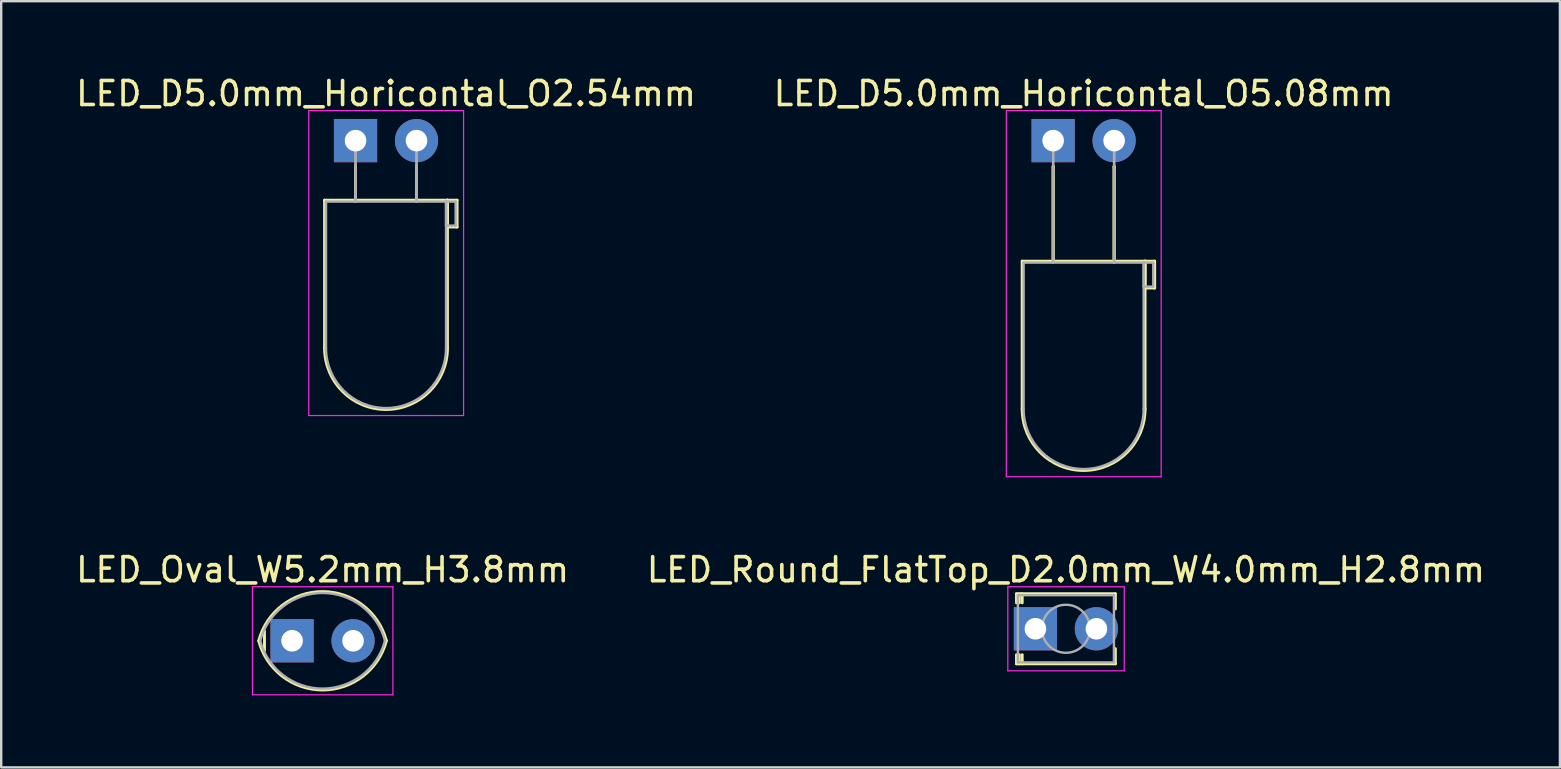
<source format=kicad_pcb>
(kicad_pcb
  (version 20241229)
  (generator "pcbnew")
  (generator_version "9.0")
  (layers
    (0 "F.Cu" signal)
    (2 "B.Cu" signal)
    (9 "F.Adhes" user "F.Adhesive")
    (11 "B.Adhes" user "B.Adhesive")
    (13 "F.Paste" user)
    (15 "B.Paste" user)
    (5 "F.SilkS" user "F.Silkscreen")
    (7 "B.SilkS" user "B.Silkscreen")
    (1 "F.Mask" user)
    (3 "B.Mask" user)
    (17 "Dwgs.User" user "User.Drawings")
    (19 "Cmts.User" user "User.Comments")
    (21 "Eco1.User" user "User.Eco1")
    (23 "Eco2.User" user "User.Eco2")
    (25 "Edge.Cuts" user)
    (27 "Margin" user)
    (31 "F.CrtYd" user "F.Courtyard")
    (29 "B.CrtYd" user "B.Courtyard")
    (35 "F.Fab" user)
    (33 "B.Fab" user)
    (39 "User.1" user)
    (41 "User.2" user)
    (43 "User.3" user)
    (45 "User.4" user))
  (footprint "LED_D5.0mm_Horicontal_O5.08mm"
    (layer "F.Cu")
    (at 40.819 2.808)
    (property "Reference" "LED_D5.0mm_Horicontal_O5.08mm" (at 1.27 -1.96 0) (layer "F.SilkS") (effects (font (size 1 1) (thickness 0.15))))
    (attr through_hole)
    (fp_line (start -1.29 5.02) (end -1.29 11.18) (stroke (width 0.12) (type solid)) (layer "F.SilkS"))
    (fp_line (start -1.29 5.02) (end 3.83 5.02) (stroke (width 0.12) (type solid)) (layer "F.SilkS"))
    (fp_line (start 0 1.08) (end 0 1.08) (stroke (width 0.12) (type solid)) (layer "F.SilkS"))
    (fp_line (start 0 1.08) (end 0 5.02) (stroke (width 0.12) (type solid)) (layer "F.SilkS"))
    (fp_line (start 0 5.02) (end 0 1.08) (stroke (width 0.12) (type solid)) (layer "F.SilkS"))
    (fp_line (start 0 5.02) (end 0 5.02) (stroke (width 0.12) (type solid)) (layer "F.SilkS"))
    (fp_line (start 2.54 1.08) (end 2.54 1.08) (stroke (width 0.12) (type solid)) (layer "F.SilkS"))
    (fp_line (start 2.54 1.08) (end 2.54 5.02) (stroke (width 0.12) (type solid)) (layer "F.SilkS"))
    (fp_line (start 2.54 5.02) (end 2.54 1.08) (stroke (width 0.12) (type solid)) (layer "F.SilkS"))
    (fp_line (start 2.54 5.02) (end 2.54 5.02) (stroke (width 0.12) (type solid)) (layer "F.SilkS"))
    (fp_line (start 3.83 5.02) (end 3.83 11.18) (stroke (width 0.12) (type solid)) (layer "F.SilkS"))
    (fp_line (start 3.83 5.02) (end 4.23 5.02) (stroke (width 0.12) (type solid)) (layer "F.SilkS"))
    (fp_line (start 3.83 6.14) (end 3.83 5.02) (stroke (width 0.12) (type solid)) (layer "F.SilkS"))
    (fp_line (start 4.23 5.02) (end 4.23 6.14) (stroke (width 0.12) (type solid)) (layer "F.SilkS"))
    (fp_line (start 4.23 6.14) (end 3.83 6.14) (stroke (width 0.12) (type solid)) (layer "F.SilkS"))
    (fp_arc (start 3.83 11.18) (mid 1.27 13.74) (end -1.29 11.18) (stroke (width 0.12) (type solid)) (layer "F.SilkS"))
    (fp_line (start -1.95 -1.25) (end -1.95 14) (stroke (width 0.05) (type solid)) (layer "F.CrtYd"))
    (fp_line (start -1.95 14) (end 4.5 14) (stroke (width 0.05) (type solid)) (layer "F.CrtYd"))
    (fp_line (start 4.5 -1.25) (end -1.95 -1.25) (stroke (width 0.05) (type solid)) (layer "F.CrtYd"))
    (fp_line (start 4.5 14) (end 4.5 -1.25) (stroke (width 0.05) (type solid)) (layer "F.CrtYd"))
    (fp_line (start -1.23 5.08) (end -1.23 11.18) (stroke (width 0.1) (type solid)) (layer "F.Fab"))
    (fp_line (start -1.23 5.08) (end 3.77 5.08) (stroke (width 0.1) (type solid)) (layer "F.Fab"))
    (fp_line (start 0 0) (end 0 0) (stroke (width 0.1) (type solid)) (layer "F.Fab"))
    (fp_line (start 0 0) (end 0 5.08) (stroke (width 0.1) (type solid)) (layer "F.Fab"))
    (fp_line (start 0 5.08) (end 0 0) (stroke (width 0.1) (type solid)) (layer "F.Fab"))
    (fp_line (start 0 5.08) (end 0 5.08) (stroke (width 0.1) (type solid)) (layer "F.Fab"))
    (fp_line (start 2.54 0) (end 2.54 0) (stroke (width 0.1) (type solid)) (layer "F.Fab"))
    (fp_line (start 2.54 0) (end 2.54 5.08) (stroke (width 0.1) (type solid)) (layer "F.Fab"))
    (fp_line (start 2.54 5.08) (end 2.54 0) (stroke (width 0.1) (type solid)) (layer "F.Fab"))
    (fp_line (start 2.54 5.08) (end 2.54 5.08) (stroke (width 0.1) (type solid)) (layer "F.Fab"))
    (fp_line (start 3.77 5.08) (end 3.77 11.18) (stroke (width 0.1) (type solid)) (layer "F.Fab"))
    (fp_line (start 3.77 5.08) (end 4.17 5.08) (stroke (width 0.1) (type solid)) (layer "F.Fab"))
    (fp_line (start 3.77 6.08) (end 3.77 5.08) (stroke (width 0.1) (type solid)) (layer "F.Fab"))
    (fp_line (start 4.17 5.08) (end 4.17 6.08) (stroke (width 0.1) (type solid)) (layer "F.Fab"))
    (fp_line (start 4.17 6.08) (end 3.77 6.08) (stroke (width 0.1) (type solid)) (layer "F.Fab"))
    (fp_arc (start 3.77 11.18) (mid 1.27 13.68) (end -1.23 11.18) (stroke (width 0.1) (type solid)) (layer "F.Fab"))
    (pad "1" thru_hole rect (at 0 0) (size 1.8 1.8) (drill 0.9) (layers "*.Cu" "*.Mask"))
    (pad "2" thru_hole circle (at 2.54 0) (size 1.8 1.8) (drill 0.9) (layers "*.Cu" "*.Mask")))
  (footprint "LED_Oval_W5.2mm_H3.8mm"
    (layer "F.Cu")
    (at 9.117 23.642)
    (property "Reference" "LED_Oval_W5.2mm_H3.8mm" (at 1.27 -2.96 0) (layer "F.SilkS") (effects (font (size 1 1) (thickness 0.15))))
    (attr through_hole)
    (fp_line (start -1.15 -0.405) (end -1.15 0.405) (stroke (width 0.12) (type solid)) (layer "F.SilkS"))
    (fp_arc (start -1.39 0) (mid 1.269691 -2.050564) (end 3.929843 -0.000598) (stroke (width 0.12) (type solid)) (layer "F.SilkS"))
    (fp_arc (start 3.929843 0.000598) (mid 1.269691 2.050564) (end -1.39 0) (stroke (width 0.12) (type solid)) (layer "F.SilkS"))
    (fp_line (start -1.65 -2.25) (end -1.65 2.25) (stroke (width 0.05) (type solid)) (layer "F.CrtYd"))
    (fp_line (start -1.65 2.25) (end 4.2 2.25) (stroke (width 0.05) (type solid)) (layer "F.CrtYd"))
    (fp_line (start 4.2 -2.25) (end -1.65 -2.25) (stroke (width 0.05) (type solid)) (layer "F.CrtYd"))
    (fp_line (start 4.2 2.25) (end 4.2 -2.25) (stroke (width 0.05) (type solid)) (layer "F.CrtYd"))
    (fp_arc (start -1.33 0) (mid 1.270869 -1.992582) (end 3.870451 0.001678) (stroke (width 0.1) (type solid)) (layer "F.Fab"))
    (fp_arc (start 3.870451 -0.001678) (mid 1.270869 1.992582) (end -1.33 0) (stroke (width 0.1) (type solid)) (layer "F.Fab"))
    (pad "1" thru_hole rect (at 0 0) (size 1.8 1.8) (drill 0.9) (layers "*.Cu" "*.Mask"))
    (pad "2" thru_hole circle (at 2.54 0) (size 1.8 1.8) (drill 0.9) (layers "*.Cu" "*.Mask")))
  (footprint "LED_Round_FlatTop_D2.0mm_W4.0mm_H2.8mm"
    (layer "F.Cu")
    (at 40.081 23.142)
    (property "Reference" "LED_Round_FlatTop_D2.0mm_W4.0mm_H2.8mm" (at 1.27 -2.46 0) (layer "F.SilkS") (effects (font (size 1 1) (thickness 0.15))))
    (attr through_hole)
    (fp_line (start -0.79 -1.46) (end -0.79 -1.08) (stroke (width 0.12) (type solid)) (layer "F.SilkS"))
    (fp_line (start -0.79 -1.46) (end 3.33 -1.46) (stroke (width 0.12) (type solid)) (layer "F.SilkS"))
    (fp_line (start -0.79 1.08) (end -0.79 1.46) (stroke (width 0.12) (type solid)) (layer "F.SilkS"))
    (fp_line (start -0.79 1.46) (end 3.33 1.46) (stroke (width 0.12) (type solid)) (layer "F.SilkS"))
    (fp_line (start -0.67 -1.46) (end -0.67 -1.08) (stroke (width 0.12) (type solid)) (layer "F.SilkS"))
    (fp_line (start -0.67 1.08) (end -0.67 1.46) (stroke (width 0.12) (type solid)) (layer "F.SilkS"))
    (fp_line (start -0.55 -1.46) (end -0.55 -1.08) (stroke (width 0.12) (type solid)) (layer "F.SilkS"))
    (fp_line (start -0.55 1.08) (end -0.55 1.46) (stroke (width 0.12) (type solid)) (layer "F.SilkS"))
    (fp_line (start 3.33 -1.46) (end 3.33 -0.825) (stroke (width 0.12) (type solid)) (layer "F.SilkS"))
    (fp_line (start 3.33 0.825) (end 3.33 1.46) (stroke (width 0.12) (type solid)) (layer "F.SilkS"))
    (fp_line (start -1.15 -1.75) (end -1.15 1.75) (stroke (width 0.05) (type solid)) (layer "F.CrtYd"))
    (fp_line (start -1.15 1.75) (end 3.7 1.75) (stroke (width 0.05) (type solid)) (layer "F.CrtYd"))
    (fp_line (start 3.7 -1.75) (end -1.15 -1.75) (stroke (width 0.05) (type solid)) (layer "F.CrtYd"))
    (fp_line (start 3.7 1.75) (end 3.7 -1.75) (stroke (width 0.05) (type solid)) (layer "F.CrtYd"))
    (fp_line (start -0.73 -1.4) (end -0.73 1.4) (stroke (width 0.1) (type solid)) (layer "F.Fab"))
    (fp_line (start -0.73 1.4) (end 3.27 1.4) (stroke (width 0.1) (type solid)) (layer "F.Fab"))
    (fp_line (start 3.27 -1.4) (end -0.73 -1.4) (stroke (width 0.1) (type solid)) (layer "F.Fab"))
    (fp_line (start 3.27 1.4) (end 3.27 -1.4) (stroke (width 0.1) (type solid)) (layer "F.Fab"))
    (fp_circle (center 1.27 0) (end 2.27 0) (stroke (width 0.1) (type solid)) (fill no) (layer "F.Fab"))
    (pad "1" thru_hole rect (at 0 0) (size 1.8 1.8) (drill 0.9) (layers "*.Cu" "*.Mask"))
    (pad "2" thru_hole circle (at 2.54 0) (size 1.8 1.8) (drill 0.9) (layers "*.Cu" "*.Mask")))
  (footprint "LED_D5.0mm_Horicontal_O2.54mm"
    (layer "F.Cu")
    (at 11.76 2.808)
    (property "Reference" "LED_D5.0mm_Horicontal_O2.54mm" (at 1.27 -1.96 0) (layer "F.SilkS") (effects (font (size 1 1) (thickness 0.15))))
    (attr through_hole)
    (fp_line (start -1.29 2.48) (end -1.29 8.64) (stroke (width 0.12) (type solid)) (layer "F.SilkS"))
    (fp_line (start -1.29 2.48) (end 3.83 2.48) (stroke (width 0.12) (type solid)) (layer "F.SilkS"))
    (fp_line (start 0 1.08) (end 0 1.08) (stroke (width 0.12) (type solid)) (layer "F.SilkS"))
    (fp_line (start 0 1.08) (end 0 2.48) (stroke (width 0.12) (type solid)) (layer "F.SilkS"))
    (fp_line (start 0 2.48) (end 0 1.08) (stroke (width 0.12) (type solid)) (layer "F.SilkS"))
    (fp_line (start 0 2.48) (end 0 2.48) (stroke (width 0.12) (type solid)) (layer "F.SilkS"))
    (fp_line (start 2.54 1.08) (end 2.54 1.08) (stroke (width 0.12) (type solid)) (layer "F.SilkS"))
    (fp_line (start 2.54 1.08) (end 2.54 2.48) (stroke (width 0.12) (type solid)) (layer "F.SilkS"))
    (fp_line (start 2.54 2.48) (end 2.54 1.08) (stroke (width 0.12) (type solid)) (layer "F.SilkS"))
    (fp_line (start 2.54 2.48) (end 2.54 2.48) (stroke (width 0.12) (type solid)) (layer "F.SilkS"))
    (fp_line (start 3.83 2.48) (end 3.83 8.64) (stroke (width 0.12) (type solid)) (layer "F.SilkS"))
    (fp_line (start 3.83 2.48) (end 4.23 2.48) (stroke (width 0.12) (type solid)) (layer "F.SilkS"))
    (fp_line (start 3.83 3.6) (end 3.83 2.48) (stroke (width 0.12) (type solid)) (layer "F.SilkS"))
    (fp_line (start 4.23 2.48) (end 4.23 3.6) (stroke (width 0.12) (type solid)) (layer "F.SilkS"))
    (fp_line (start 4.23 3.6) (end 3.83 3.6) (stroke (width 0.12) (type solid)) (layer "F.SilkS"))
    (fp_arc (start 3.83 8.64) (mid 1.27 11.2) (end -1.29 8.64) (stroke (width 0.12) (type solid)) (layer "F.SilkS"))
    (fp_line (start -1.95 -1.25) (end -1.95 11.45) (stroke (width 0.05) (type solid)) (layer "F.CrtYd"))
    (fp_line (start -1.95 11.45) (end 4.5 11.45) (stroke (width 0.05) (type solid)) (layer "F.CrtYd"))
    (fp_line (start 4.5 -1.25) (end -1.95 -1.25) (stroke (width 0.05) (type solid)) (layer "F.CrtYd"))
    (fp_line (start 4.5 11.45) (end 4.5 -1.25) (stroke (width 0.05) (type solid)) (layer "F.CrtYd"))
    (fp_line (start -1.23 2.54) (end -1.23 8.64) (stroke (width 0.1) (type solid)) (layer "F.Fab"))
    (fp_line (start -1.23 2.54) (end 3.77 2.54) (stroke (width 0.1) (type solid)) (layer "F.Fab"))
    (fp_line (start 0 0) (end 0 0) (stroke (width 0.1) (type solid)) (layer "F.Fab"))
    (fp_line (start 0 0) (end 0 2.54) (stroke (width 0.1) (type solid)) (layer "F.Fab"))
    (fp_line (start 0 2.54) (end 0 0) (stroke (width 0.1) (type solid)) (layer "F.Fab"))
    (fp_line (start 0 2.54) (end 0 2.54) (stroke (width 0.1) (type solid)) (layer "F.Fab"))
    (fp_line (start 2.54 0) (end 2.54 0) (stroke (width 0.1) (type solid)) (layer "F.Fab"))
    (fp_line (start 2.54 0) (end 2.54 2.54) (stroke (width 0.1) (type solid)) (layer "F.Fab"))
    (fp_line (start 2.54 2.54) (end 2.54 0) (stroke (width 0.1) (type solid)) (layer "F.Fab"))
    (fp_line (start 2.54 2.54) (end 2.54 2.54) (stroke (width 0.1) (type solid)) (layer "F.Fab"))
    (fp_line (start 3.77 2.54) (end 3.77 8.64) (stroke (width 0.1) (type solid)) (layer "F.Fab"))
    (fp_line (start 3.77 2.54) (end 4.17 2.54) (stroke (width 0.1) (type solid)) (layer "F.Fab"))
    (fp_line (start 3.77 3.54) (end 3.77 2.54) (stroke (width 0.1) (type solid)) (layer "F.Fab"))
    (fp_line (start 4.17 2.54) (end 4.17 3.54) (stroke (width 0.1) (type solid)) (layer "F.Fab"))
    (fp_line (start 4.17 3.54) (end 3.77 3.54) (stroke (width 0.1) (type solid)) (layer "F.Fab"))
    (fp_arc (start 3.77 8.64) (mid 1.27 11.14) (end -1.23 8.64) (stroke (width 0.1) (type solid)) (layer "F.Fab"))
    (pad "1" thru_hole rect (at 0 0) (size 1.8 1.8) (drill 0.9) (layers "*.Cu" "*.Mask"))
    (pad "2" thru_hole circle (at 2.54 0) (size 1.8 1.8) (drill 0.9) (layers "*.Cu" "*.Mask")))
  (gr_rect
    (start -3 -3)
    (end 61.929 28.916)
    (stroke (width 0.1) (type default))
    (fill no)
    (layer "Edge.Cuts")))
</source>
